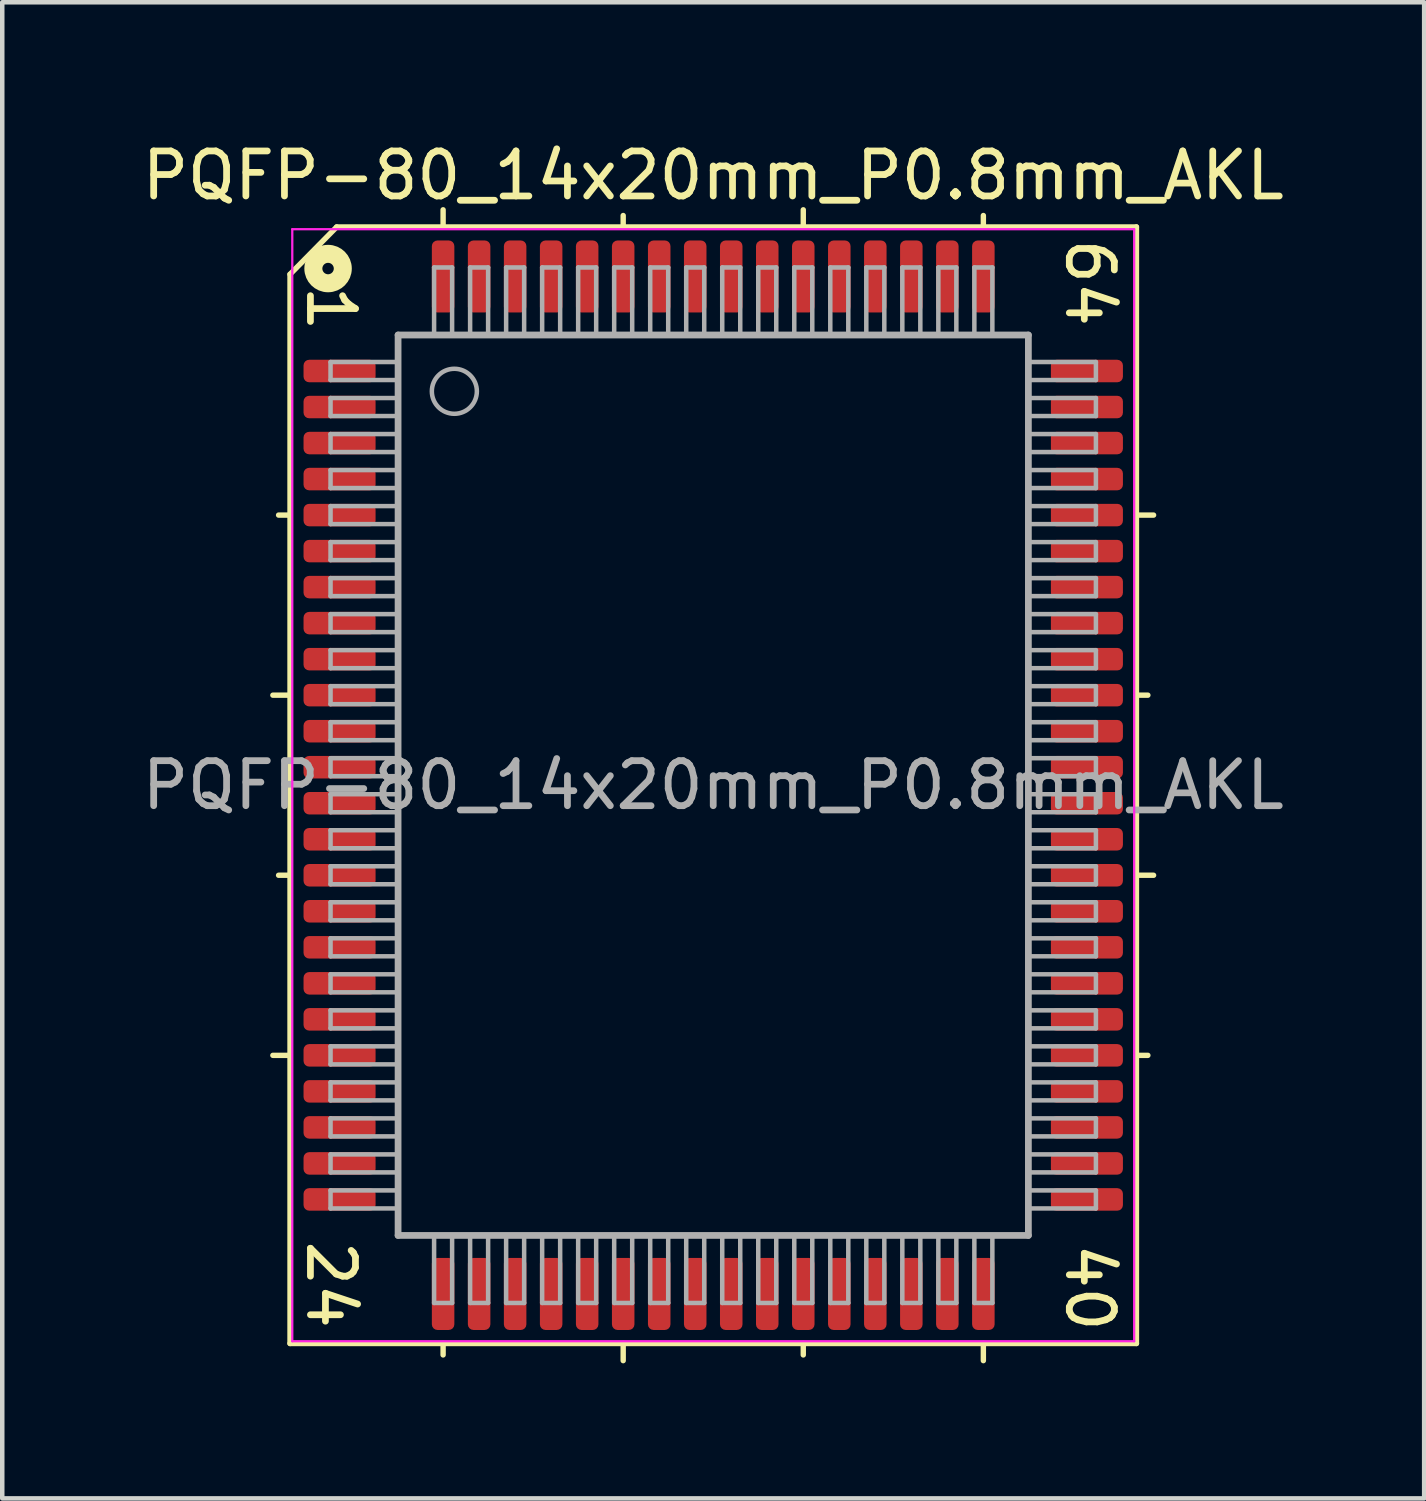
<source format=kicad_pcb>
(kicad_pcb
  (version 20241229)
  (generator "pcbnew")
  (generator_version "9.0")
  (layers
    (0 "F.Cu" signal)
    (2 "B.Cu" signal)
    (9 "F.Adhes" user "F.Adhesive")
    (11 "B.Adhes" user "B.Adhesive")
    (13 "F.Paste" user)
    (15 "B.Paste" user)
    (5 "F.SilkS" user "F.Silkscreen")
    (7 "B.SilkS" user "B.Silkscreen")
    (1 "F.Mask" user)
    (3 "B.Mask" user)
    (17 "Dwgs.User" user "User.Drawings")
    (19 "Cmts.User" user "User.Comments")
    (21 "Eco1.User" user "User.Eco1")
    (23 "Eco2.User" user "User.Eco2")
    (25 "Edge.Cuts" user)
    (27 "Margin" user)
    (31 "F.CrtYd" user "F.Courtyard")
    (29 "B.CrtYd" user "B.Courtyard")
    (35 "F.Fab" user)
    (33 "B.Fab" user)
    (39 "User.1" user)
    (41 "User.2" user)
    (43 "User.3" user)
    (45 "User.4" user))
  (footprint "PQFP-80_14x20mm_P0.8mm_AKL"
    (layer "F.Cu")
    (at 12.792 14.391)
    (property "Reference" "PQFP-80_14x20mm_P0.8mm_AKL" (at 0 -13.543 0) (layer "F.SilkS") (effects (font (size 1 1) (thickness 0.15))))
    (attr smd)
    (fp_line (start -9.4 -11.349) (end -9.4 12.4) (stroke (width 0.12) (type solid)) (layer "F.SilkS"))
    (fp_line (start -9.4 -6) (end -9.654 -6) (stroke (width 0.12) (type solid)) (layer "F.SilkS"))
    (fp_line (start -9.4 -2) (end -9.781 -2) (stroke (width 0.12) (type solid)) (layer "F.SilkS"))
    (fp_line (start -9.4 2) (end -9.654 2) (stroke (width 0.12) (type solid)) (layer "F.SilkS"))
    (fp_line (start -9.4 6) (end -9.781 6) (stroke (width 0.12) (type solid)) (layer "F.SilkS"))
    (fp_line (start -9.4 12.4) (end 9.4 12.4) (stroke (width 0.12) (type solid)) (layer "F.SilkS"))
    (fp_line (start -8.364 -12.4) (end -9.4 -11.349) (stroke (width 0.12) (type solid)) (layer "F.SilkS"))
    (fp_line (start -6 -12.4) (end -6 -12.781) (stroke (width 0.12) (type solid)) (layer "F.SilkS"))
    (fp_line (start -6 12.4) (end -6 12.654) (stroke (width 0.12) (type solid)) (layer "F.SilkS"))
    (fp_line (start -2 -12.4) (end -2 -12.654) (stroke (width 0.12) (type solid)) (layer "F.SilkS"))
    (fp_line (start -2 12.4) (end -2 12.781) (stroke (width 0.12) (type solid)) (layer "F.SilkS"))
    (fp_line (start 2 -12.4) (end 2 -12.781) (stroke (width 0.12) (type solid)) (layer "F.SilkS"))
    (fp_line (start 2 12.4) (end 2 12.654) (stroke (width 0.12) (type solid)) (layer "F.SilkS"))
    (fp_line (start 6 -12.4) (end 6 -12.654) (stroke (width 0.12) (type solid)) (layer "F.SilkS"))
    (fp_line (start 6 12.4) (end 6 12.781) (stroke (width 0.12) (type solid)) (layer "F.SilkS"))
    (fp_line (start 9.4 -12.4) (end -8.364 -12.4) (stroke (width 0.12) (type solid)) (layer "F.SilkS"))
    (fp_line (start 9.4 -6) (end 9.781 -6) (stroke (width 0.12) (type solid)) (layer "F.SilkS"))
    (fp_line (start 9.4 -2) (end 9.654 -2) (stroke (width 0.12) (type solid)) (layer "F.SilkS"))
    (fp_line (start 9.4 2) (end 9.781 2) (stroke (width 0.12) (type solid)) (layer "F.SilkS"))
    (fp_line (start 9.4 6) (end 9.654 6) (stroke (width 0.12) (type solid)) (layer "F.SilkS"))
    (fp_line (start 9.4 12.4) (end 9.4 -12.4) (stroke (width 0.12) (type solid)) (layer "F.SilkS"))
    (fp_circle (center -8.555 -11.476) (end -8.428 -11.476) (stroke (width 0.4) (type solid)) (fill no) (layer "F.SilkS"))
    (fp_line (start -9.35 -12.35) (end -9.35 12.35) (stroke (width 0.05) (type solid)) (layer "F.CrtYd"))
    (fp_line (start -9.35 -12.35) (end 9.35 -12.35) (stroke (width 0.05) (type solid)) (layer "F.CrtYd"))
    (fp_line (start -9.35 12.35) (end 9.35 12.35) (stroke (width 0.05) (type solid)) (layer "F.CrtYd"))
    (fp_line (start 9.35 -12.35) (end 9.35 12.35) (stroke (width 0.05) (type solid)) (layer "F.CrtYd"))
    (fp_line (start -8.5 -9.4) (end -8.5 -9) (stroke (width 0.1) (type solid)) (layer "F.Fab"))
    (fp_line (start -8.5 -9.4) (end -7 -9.4) (stroke (width 0.1) (type solid)) (layer "F.Fab"))
    (fp_line (start -8.5 -9) (end -7 -9) (stroke (width 0.1) (type solid)) (layer "F.Fab"))
    (fp_line (start -8.5 -8.6) (end -8.5 -8.2) (stroke (width 0.1) (type solid)) (layer "F.Fab"))
    (fp_line (start -8.5 -8.6) (end -7 -8.6) (stroke (width 0.1) (type solid)) (layer "F.Fab"))
    (fp_line (start -8.5 -8.2) (end -7 -8.2) (stroke (width 0.1) (type solid)) (layer "F.Fab"))
    (fp_line (start -8.5 -7.8) (end -8.5 -7.4) (stroke (width 0.1) (type solid)) (layer "F.Fab"))
    (fp_line (start -8.5 -7.8) (end -7 -7.8) (stroke (width 0.1) (type solid)) (layer "F.Fab"))
    (fp_line (start -8.5 -7.4) (end -7 -7.4) (stroke (width 0.1) (type solid)) (layer "F.Fab"))
    (fp_line (start -8.5 -7) (end -8.5 -6.6) (stroke (width 0.1) (type solid)) (layer "F.Fab"))
    (fp_line (start -8.5 -7) (end -7 -7) (stroke (width 0.1) (type solid)) (layer "F.Fab"))
    (fp_line (start -8.5 -6.6) (end -7 -6.6) (stroke (width 0.1) (type solid)) (layer "F.Fab"))
    (fp_line (start -8.5 -6.2) (end -8.5 -5.8) (stroke (width 0.1) (type solid)) (layer "F.Fab"))
    (fp_line (start -8.5 -6.2) (end -7 -6.2) (stroke (width 0.1) (type solid)) (layer "F.Fab"))
    (fp_line (start -8.5 -5.8) (end -7 -5.8) (stroke (width 0.1) (type solid)) (layer "F.Fab"))
    (fp_line (start -8.5 -5.4) (end -8.5 -5) (stroke (width 0.1) (type solid)) (layer "F.Fab"))
    (fp_line (start -8.5 -5.4) (end -7 -5.4) (stroke (width 0.1) (type solid)) (layer "F.Fab"))
    (fp_line (start -8.5 -5) (end -7 -5) (stroke (width 0.1) (type solid)) (layer "F.Fab"))
    (fp_line (start -8.5 -4.6) (end -8.5 -4.2) (stroke (width 0.1) (type solid)) (layer "F.Fab"))
    (fp_line (start -8.5 -4.6) (end -7 -4.6) (stroke (width 0.1) (type solid)) (layer "F.Fab"))
    (fp_line (start -8.5 -4.2) (end -7 -4.2) (stroke (width 0.1) (type solid)) (layer "F.Fab"))
    (fp_line (start -8.5 -3.8) (end -8.5 -3.4) (stroke (width 0.1) (type solid)) (layer "F.Fab"))
    (fp_line (start -8.5 -3.8) (end -7 -3.8) (stroke (width 0.1) (type solid)) (layer "F.Fab"))
    (fp_line (start -8.5 -3.4) (end -7 -3.4) (stroke (width 0.1) (type solid)) (layer "F.Fab"))
    (fp_line (start -8.5 -3) (end -8.5 -2.6) (stroke (width 0.1) (type solid)) (layer "F.Fab"))
    (fp_line (start -8.5 -3) (end -7 -3) (stroke (width 0.1) (type solid)) (layer "F.Fab"))
    (fp_line (start -8.5 -2.6) (end -7 -2.6) (stroke (width 0.1) (type solid)) (layer "F.Fab"))
    (fp_line (start -8.5 -2.2) (end -8.5 -1.8) (stroke (width 0.1) (type solid)) (layer "F.Fab"))
    (fp_line (start -8.5 -2.2) (end -7 -2.2) (stroke (width 0.1) (type solid)) (layer "F.Fab"))
    (fp_line (start -8.5 -1.8) (end -7 -1.8) (stroke (width 0.1) (type solid)) (layer "F.Fab"))
    (fp_line (start -8.5 -1.4) (end -8.5 -1) (stroke (width 0.1) (type solid)) (layer "F.Fab"))
    (fp_line (start -8.5 -1.4) (end -7 -1.4) (stroke (width 0.1) (type solid)) (layer "F.Fab"))
    (fp_line (start -8.5 -1) (end -7 -1) (stroke (width 0.1) (type solid)) (layer "F.Fab"))
    (fp_line (start -8.5 -0.6) (end -8.5 -0.2) (stroke (width 0.1) (type solid)) (layer "F.Fab"))
    (fp_line (start -8.5 -0.6) (end -7 -0.6) (stroke (width 0.1) (type solid)) (layer "F.Fab"))
    (fp_line (start -8.5 -0.2) (end -7 -0.2) (stroke (width 0.1) (type solid)) (layer "F.Fab"))
    (fp_line (start -8.5 0.2) (end -8.5 0.6) (stroke (width 0.1) (type solid)) (layer "F.Fab"))
    (fp_line (start -8.5 0.2) (end -7 0.2) (stroke (width 0.1) (type solid)) (layer "F.Fab"))
    (fp_line (start -8.5 0.6) (end -7 0.6) (stroke (width 0.1) (type solid)) (layer "F.Fab"))
    (fp_line (start -8.5 1) (end -8.5 1.4) (stroke (width 0.1) (type solid)) (layer "F.Fab"))
    (fp_line (start -8.5 1) (end -7 1) (stroke (width 0.1) (type solid)) (layer "F.Fab"))
    (fp_line (start -8.5 1.4) (end -7 1.4) (stroke (width 0.1) (type solid)) (layer "F.Fab"))
    (fp_line (start -8.5 1.8) (end -8.5 2.2) (stroke (width 0.1) (type solid)) (layer "F.Fab"))
    (fp_line (start -8.5 1.8) (end -7 1.8) (stroke (width 0.1) (type solid)) (layer "F.Fab"))
    (fp_line (start -8.5 2.2) (end -7 2.2) (stroke (width 0.1) (type solid)) (layer "F.Fab"))
    (fp_line (start -8.5 2.6) (end -8.5 3) (stroke (width 0.1) (type solid)) (layer "F.Fab"))
    (fp_line (start -8.5 2.6) (end -7 2.6) (stroke (width 0.1) (type solid)) (layer "F.Fab"))
    (fp_line (start -8.5 3) (end -7 3) (stroke (width 0.1) (type solid)) (layer "F.Fab"))
    (fp_line (start -8.5 3.4) (end -8.5 3.8) (stroke (width 0.1) (type solid)) (layer "F.Fab"))
    (fp_line (start -8.5 3.4) (end -7 3.4) (stroke (width 0.1) (type solid)) (layer "F.Fab"))
    (fp_line (start -8.5 3.8) (end -7 3.8) (stroke (width 0.1) (type solid)) (layer "F.Fab"))
    (fp_line (start -8.5 4.2) (end -8.5 4.6) (stroke (width 0.1) (type solid)) (layer "F.Fab"))
    (fp_line (start -8.5 4.2) (end -7 4.2) (stroke (width 0.1) (type solid)) (layer "F.Fab"))
    (fp_line (start -8.5 4.6) (end -7 4.6) (stroke (width 0.1) (type solid)) (layer "F.Fab"))
    (fp_line (start -8.5 5) (end -8.5 5.4) (stroke (width 0.1) (type solid)) (layer "F.Fab"))
    (fp_line (start -8.5 5) (end -7 5) (stroke (width 0.1) (type solid)) (layer "F.Fab"))
    (fp_line (start -8.5 5.4) (end -7 5.4) (stroke (width 0.1) (type solid)) (layer "F.Fab"))
    (fp_line (start -8.5 5.8) (end -8.5 6.2) (stroke (width 0.1) (type solid)) (layer "F.Fab"))
    (fp_line (start -8.5 5.8) (end -7 5.8) (stroke (width 0.1) (type solid)) (layer "F.Fab"))
    (fp_line (start -8.5 6.2) (end -7 6.2) (stroke (width 0.1) (type solid)) (layer "F.Fab"))
    (fp_line (start -8.5 6.6) (end -8.5 7) (stroke (width 0.1) (type solid)) (layer "F.Fab"))
    (fp_line (start -8.5 6.6) (end -7 6.6) (stroke (width 0.1) (type solid)) (layer "F.Fab"))
    (fp_line (start -8.5 7) (end -7 7) (stroke (width 0.1) (type solid)) (layer "F.Fab"))
    (fp_line (start -8.5 7.4) (end -8.5 7.8) (stroke (width 0.1) (type solid)) (layer "F.Fab"))
    (fp_line (start -8.5 7.4) (end -7 7.4) (stroke (width 0.1) (type solid)) (layer "F.Fab"))
    (fp_line (start -8.5 7.8) (end -7 7.8) (stroke (width 0.1) (type solid)) (layer "F.Fab"))
    (fp_line (start -8.5 8.2) (end -8.5 8.6) (stroke (width 0.1) (type solid)) (layer "F.Fab"))
    (fp_line (start -8.5 8.2) (end -7 8.2) (stroke (width 0.1) (type solid)) (layer "F.Fab"))
    (fp_line (start -8.5 8.6) (end -7 8.6) (stroke (width 0.1) (type solid)) (layer "F.Fab"))
    (fp_line (start -8.5 9) (end -8.5 9.4) (stroke (width 0.1) (type solid)) (layer "F.Fab"))
    (fp_line (start -8.5 9) (end -7 9) (stroke (width 0.1) (type solid)) (layer "F.Fab"))
    (fp_line (start -8.5 9.4) (end -7 9.4) (stroke (width 0.1) (type solid)) (layer "F.Fab"))
    (fp_line (start -7 -10) (end 7 -10) (stroke (width 0.15) (type solid)) (layer "F.Fab"))
    (fp_line (start -7 10) (end -7 -10) (stroke (width 0.15) (type solid)) (layer "F.Fab"))
    (fp_line (start -6.2 -11.5) (end -6.2 -10) (stroke (width 0.1) (type solid)) (layer "F.Fab"))
    (fp_line (start -6.2 11.5) (end -6.2 10) (stroke (width 0.1) (type solid)) (layer "F.Fab"))
    (fp_line (start -6.2 11.5) (end -5.8 11.5) (stroke (width 0.1) (type solid)) (layer "F.Fab"))
    (fp_line (start -5.8 -11.5) (end -6.2 -11.5) (stroke (width 0.1) (type solid)) (layer "F.Fab"))
    (fp_line (start -5.8 -11.5) (end -5.8 -10) (stroke (width 0.1) (type solid)) (layer "F.Fab"))
    (fp_line (start -5.8 11.5) (end -5.8 10) (stroke (width 0.1) (type solid)) (layer "F.Fab"))
    (fp_line (start -5.4 -11.5) (end -5.4 -10) (stroke (width 0.1) (type solid)) (layer "F.Fab"))
    (fp_line (start -5.4 11.5) (end -5.4 10) (stroke (width 0.1) (type solid)) (layer "F.Fab"))
    (fp_line (start -5.4 11.5) (end -5 11.5) (stroke (width 0.1) (type solid)) (layer "F.Fab"))
    (fp_line (start -5 -11.5) (end -5.4 -11.5) (stroke (width 0.1) (type solid)) (layer "F.Fab"))
    (fp_line (start -5 -11.5) (end -5 -10) (stroke (width 0.1) (type solid)) (layer "F.Fab"))
    (fp_line (start -5 11.5) (end -5 10) (stroke (width 0.1) (type solid)) (layer "F.Fab"))
    (fp_line (start -4.6 -11.5) (end -4.6 -10) (stroke (width 0.1) (type solid)) (layer "F.Fab"))
    (fp_line (start -4.6 11.5) (end -4.6 10) (stroke (width 0.1) (type solid)) (layer "F.Fab"))
    (fp_line (start -4.6 11.5) (end -4.2 11.5) (stroke (width 0.1) (type solid)) (layer "F.Fab"))
    (fp_line (start -4.2 -11.5) (end -4.6 -11.5) (stroke (width 0.1) (type solid)) (layer "F.Fab"))
    (fp_line (start -4.2 -11.5) (end -4.2 -10) (stroke (width 0.1) (type solid)) (layer "F.Fab"))
    (fp_line (start -4.2 11.5) (end -4.2 10) (stroke (width 0.1) (type solid)) (layer "F.Fab"))
    (fp_line (start -3.8 -11.5) (end -3.8 -10) (stroke (width 0.1) (type solid)) (layer "F.Fab"))
    (fp_line (start -3.8 11.5) (end -3.8 10) (stroke (width 0.1) (type solid)) (layer "F.Fab"))
    (fp_line (start -3.8 11.5) (end -3.4 11.5) (stroke (width 0.1) (type solid)) (layer "F.Fab"))
    (fp_line (start -3.4 -11.5) (end -3.8 -11.5) (stroke (width 0.1) (type solid)) (layer "F.Fab"))
    (fp_line (start -3.4 -11.5) (end -3.4 -10) (stroke (width 0.1) (type solid)) (layer "F.Fab"))
    (fp_line (start -3.4 11.5) (end -3.4 10) (stroke (width 0.1) (type solid)) (layer "F.Fab"))
    (fp_line (start -3 -11.5) (end -3 -10) (stroke (width 0.1) (type solid)) (layer "F.Fab"))
    (fp_line (start -3 11.5) (end -3 10) (stroke (width 0.1) (type solid)) (layer "F.Fab"))
    (fp_line (start -3 11.5) (end -2.6 11.5) (stroke (width 0.1) (type solid)) (layer "F.Fab"))
    (fp_line (start -2.6 -11.5) (end -3 -11.5) (stroke (width 0.1) (type solid)) (layer "F.Fab"))
    (fp_line (start -2.6 -11.5) (end -2.6 -10) (stroke (width 0.1) (type solid)) (layer "F.Fab"))
    (fp_line (start -2.6 11.5) (end -2.6 10) (stroke (width 0.1) (type solid)) (layer "F.Fab"))
    (fp_line (start -2.2 -11.5) (end -2.2 -10) (stroke (width 0.1) (type solid)) (layer "F.Fab"))
    (fp_line (start -2.2 11.5) (end -2.2 10) (stroke (width 0.1) (type solid)) (layer "F.Fab"))
    (fp_line (start -2.2 11.5) (end -1.8 11.5) (stroke (width 0.1) (type solid)) (layer "F.Fab"))
    (fp_line (start -1.8 -11.5) (end -2.2 -11.5) (stroke (width 0.1) (type solid)) (layer "F.Fab"))
    (fp_line (start -1.8 -11.5) (end -1.8 -10) (stroke (width 0.1) (type solid)) (layer "F.Fab"))
    (fp_line (start -1.8 11.5) (end -1.8 10) (stroke (width 0.1) (type solid)) (layer "F.Fab"))
    (fp_line (start -1.4 -11.5) (end -1.4 -10) (stroke (width 0.1) (type solid)) (layer "F.Fab"))
    (fp_line (start -1.4 11.5) (end -1.4 10) (stroke (width 0.1) (type solid)) (layer "F.Fab"))
    (fp_line (start -1.4 11.5) (end -1 11.5) (stroke (width 0.1) (type solid)) (layer "F.Fab"))
    (fp_line (start -1 -11.5) (end -1.4 -11.5) (stroke (width 0.1) (type solid)) (layer "F.Fab"))
    (fp_line (start -1 -11.5) (end -1 -10) (stroke (width 0.1) (type solid)) (layer "F.Fab"))
    (fp_line (start -1 11.5) (end -1 10) (stroke (width 0.1) (type solid)) (layer "F.Fab"))
    (fp_line (start -0.6 -11.5) (end -0.6 -10) (stroke (width 0.1) (type solid)) (layer "F.Fab"))
    (fp_line (start -0.6 11.5) (end -0.6 10) (stroke (width 0.1) (type solid)) (layer "F.Fab"))
    (fp_line (start -0.6 11.5) (end -0.2 11.5) (stroke (width 0.1) (type solid)) (layer "F.Fab"))
    (fp_line (start -0.2 -11.5) (end -0.6 -11.5) (stroke (width 0.1) (type solid)) (layer "F.Fab"))
    (fp_line (start -0.2 -11.5) (end -0.2 -10) (stroke (width 0.1) (type solid)) (layer "F.Fab"))
    (fp_line (start -0.2 11.5) (end -0.2 10) (stroke (width 0.1) (type solid)) (layer "F.Fab"))
    (fp_line (start 0.2 -11.5) (end 0.2 -10) (stroke (width 0.1) (type solid)) (layer "F.Fab"))
    (fp_line (start 0.2 11.5) (end 0.2 10) (stroke (width 0.1) (type solid)) (layer "F.Fab"))
    (fp_line (start 0.2 11.5) (end 0.6 11.5) (stroke (width 0.1) (type solid)) (layer "F.Fab"))
    (fp_line (start 0.6 -11.5) (end 0.2 -11.5) (stroke (width 0.1) (type solid)) (layer "F.Fab"))
    (fp_line (start 0.6 -11.5) (end 0.6 -10) (stroke (width 0.1) (type solid)) (layer "F.Fab"))
    (fp_line (start 0.6 11.5) (end 0.6 10) (stroke (width 0.1) (type solid)) (layer "F.Fab"))
    (fp_line (start 1 -11.5) (end 1 -10) (stroke (width 0.1) (type solid)) (layer "F.Fab"))
    (fp_line (start 1 11.5) (end 1 10) (stroke (width 0.1) (type solid)) (layer "F.Fab"))
    (fp_line (start 1 11.5) (end 1.4 11.5) (stroke (width 0.1) (type solid)) (layer "F.Fab"))
    (fp_line (start 1.4 -11.5) (end 1 -11.5) (stroke (width 0.1) (type solid)) (layer "F.Fab"))
    (fp_line (start 1.4 -11.5) (end 1.4 -10) (stroke (width 0.1) (type solid)) (layer "F.Fab"))
    (fp_line (start 1.4 11.5) (end 1.4 10) (stroke (width 0.1) (type solid)) (layer "F.Fab"))
    (fp_line (start 1.8 -11.5) (end 1.8 -10) (stroke (width 0.1) (type solid)) (layer "F.Fab"))
    (fp_line (start 1.8 11.5) (end 1.8 10) (stroke (width 0.1) (type solid)) (layer "F.Fab"))
    (fp_line (start 1.8 11.5) (end 2.2 11.5) (stroke (width 0.1) (type solid)) (layer "F.Fab"))
    (fp_line (start 2.2 -11.5) (end 1.8 -11.5) (stroke (width 0.1) (type solid)) (layer "F.Fab"))
    (fp_line (start 2.2 -11.5) (end 2.2 -10) (stroke (width 0.1) (type solid)) (layer "F.Fab"))
    (fp_line (start 2.2 11.5) (end 2.2 10) (stroke (width 0.1) (type solid)) (layer "F.Fab"))
    (fp_line (start 2.6 -11.5) (end 2.6 -10) (stroke (width 0.1) (type solid)) (layer "F.Fab"))
    (fp_line (start 2.6 11.5) (end 2.6 10) (stroke (width 0.1) (type solid)) (layer "F.Fab"))
    (fp_line (start 2.6 11.5) (end 3 11.5) (stroke (width 0.1) (type solid)) (layer "F.Fab"))
    (fp_line (start 3 -11.5) (end 2.6 -11.5) (stroke (width 0.1) (type solid)) (layer "F.Fab"))
    (fp_line (start 3 -11.5) (end 3 -10) (stroke (width 0.1) (type solid)) (layer "F.Fab"))
    (fp_line (start 3 11.5) (end 3 10) (stroke (width 0.1) (type solid)) (layer "F.Fab"))
    (fp_line (start 3.4 -11.5) (end 3.4 -10) (stroke (width 0.1) (type solid)) (layer "F.Fab"))
    (fp_line (start 3.4 11.5) (end 3.4 10) (stroke (width 0.1) (type solid)) (layer "F.Fab"))
    (fp_line (start 3.4 11.5) (end 3.8 11.5) (stroke (width 0.1) (type solid)) (layer "F.Fab"))
    (fp_line (start 3.8 -11.5) (end 3.4 -11.5) (stroke (width 0.1) (type solid)) (layer "F.Fab"))
    (fp_line (start 3.8 -11.5) (end 3.8 -10) (stroke (width 0.1) (type solid)) (layer "F.Fab"))
    (fp_line (start 3.8 11.5) (end 3.8 10) (stroke (width 0.1) (type solid)) (layer "F.Fab"))
    (fp_line (start 4.2 -11.5) (end 4.2 -10) (stroke (width 0.1) (type solid)) (layer "F.Fab"))
    (fp_line (start 4.2 11.5) (end 4.2 10) (stroke (width 0.1) (type solid)) (layer "F.Fab"))
    (fp_line (start 4.2 11.5) (end 4.6 11.5) (stroke (width 0.1) (type solid)) (layer "F.Fab"))
    (fp_line (start 4.6 -11.5) (end 4.2 -11.5) (stroke (width 0.1) (type solid)) (layer "F.Fab"))
    (fp_line (start 4.6 -11.5) (end 4.6 -10) (stroke (width 0.1) (type solid)) (layer "F.Fab"))
    (fp_line (start 4.6 11.5) (end 4.6 10) (stroke (width 0.1) (type solid)) (layer "F.Fab"))
    (fp_line (start 5 -11.5) (end 5 -10) (stroke (width 0.1) (type solid)) (layer "F.Fab"))
    (fp_line (start 5 11.5) (end 5 10) (stroke (width 0.1) (type solid)) (layer "F.Fab"))
    (fp_line (start 5 11.5) (end 5.4 11.5) (stroke (width 0.1) (type solid)) (layer "F.Fab"))
    (fp_line (start 5.4 -11.5) (end 5 -11.5) (stroke (width 0.1) (type solid)) (layer "F.Fab"))
    (fp_line (start 5.4 -11.5) (end 5.4 -10) (stroke (width 0.1) (type solid)) (layer "F.Fab"))
    (fp_line (start 5.4 11.5) (end 5.4 10) (stroke (width 0.1) (type solid)) (layer "F.Fab"))
    (fp_line (start 5.8 -11.5) (end 5.8 -10) (stroke (width 0.1) (type solid)) (layer "F.Fab"))
    (fp_line (start 5.8 11.5) (end 5.8 10) (stroke (width 0.1) (type solid)) (layer "F.Fab"))
    (fp_line (start 5.8 11.5) (end 6.2 11.5) (stroke (width 0.1) (type solid)) (layer "F.Fab"))
    (fp_line (start 6.2 -11.5) (end 5.8 -11.5) (stroke (width 0.1) (type solid)) (layer "F.Fab"))
    (fp_line (start 6.2 -11.5) (end 6.2 -10) (stroke (width 0.1) (type solid)) (layer "F.Fab"))
    (fp_line (start 6.2 11.5) (end 6.2 10) (stroke (width 0.1) (type solid)) (layer "F.Fab"))
    (fp_line (start 7 -10) (end 7 10) (stroke (width 0.15) (type solid)) (layer "F.Fab"))
    (fp_line (start 7 10) (end -7 10) (stroke (width 0.15) (type solid)) (layer "F.Fab"))
    (fp_line (start 8.5 -9.4) (end 7 -9.4) (stroke (width 0.1) (type solid)) (layer "F.Fab"))
    (fp_line (start 8.5 -9) (end 7 -9) (stroke (width 0.1) (type solid)) (layer "F.Fab"))
    (fp_line (start 8.5 -9) (end 8.5 -9.4) (stroke (width 0.1) (type solid)) (layer "F.Fab"))
    (fp_line (start 8.5 -8.6) (end 7 -8.6) (stroke (width 0.1) (type solid)) (layer "F.Fab"))
    (fp_line (start 8.5 -8.2) (end 7 -8.2) (stroke (width 0.1) (type solid)) (layer "F.Fab"))
    (fp_line (start 8.5 -8.2) (end 8.5 -8.6) (stroke (width 0.1) (type solid)) (layer "F.Fab"))
    (fp_line (start 8.5 -7.8) (end 7 -7.8) (stroke (width 0.1) (type solid)) (layer "F.Fab"))
    (fp_line (start 8.5 -7.4) (end 7 -7.4) (stroke (width 0.1) (type solid)) (layer "F.Fab"))
    (fp_line (start 8.5 -7.4) (end 8.5 -7.8) (stroke (width 0.1) (type solid)) (layer "F.Fab"))
    (fp_line (start 8.5 -7) (end 7 -7) (stroke (width 0.1) (type solid)) (layer "F.Fab"))
    (fp_line (start 8.5 -6.6) (end 7 -6.6) (stroke (width 0.1) (type solid)) (layer "F.Fab"))
    (fp_line (start 8.5 -6.6) (end 8.5 -7) (stroke (width 0.1) (type solid)) (layer "F.Fab"))
    (fp_line (start 8.5 -6.2) (end 7 -6.2) (stroke (width 0.1) (type solid)) (layer "F.Fab"))
    (fp_line (start 8.5 -5.8) (end 7 -5.8) (stroke (width 0.1) (type solid)) (layer "F.Fab"))
    (fp_line (start 8.5 -5.8) (end 8.5 -6.2) (stroke (width 0.1) (type solid)) (layer "F.Fab"))
    (fp_line (start 8.5 -5.4) (end 7 -5.4) (stroke (width 0.1) (type solid)) (layer "F.Fab"))
    (fp_line (start 8.5 -5) (end 7 -5) (stroke (width 0.1) (type solid)) (layer "F.Fab"))
    (fp_line (start 8.5 -5) (end 8.5 -5.4) (stroke (width 0.1) (type solid)) (layer "F.Fab"))
    (fp_line (start 8.5 -4.6) (end 7 -4.6) (stroke (width 0.1) (type solid)) (layer "F.Fab"))
    (fp_line (start 8.5 -4.2) (end 7 -4.2) (stroke (width 0.1) (type solid)) (layer "F.Fab"))
    (fp_line (start 8.5 -4.2) (end 8.5 -4.6) (stroke (width 0.1) (type solid)) (layer "F.Fab"))
    (fp_line (start 8.5 -3.8) (end 7 -3.8) (stroke (width 0.1) (type solid)) (layer "F.Fab"))
    (fp_line (start 8.5 -3.4) (end 7 -3.4) (stroke (width 0.1) (type solid)) (layer "F.Fab"))
    (fp_line (start 8.5 -3.4) (end 8.5 -3.8) (stroke (width 0.1) (type solid)) (layer "F.Fab"))
    (fp_line (start 8.5 -3) (end 7 -3) (stroke (width 0.1) (type solid)) (layer "F.Fab"))
    (fp_line (start 8.5 -2.6) (end 7 -2.6) (stroke (width 0.1) (type solid)) (layer "F.Fab"))
    (fp_line (start 8.5 -2.6) (end 8.5 -3) (stroke (width 0.1) (type solid)) (layer "F.Fab"))
    (fp_line (start 8.5 -2.2) (end 7 -2.2) (stroke (width 0.1) (type solid)) (layer "F.Fab"))
    (fp_line (start 8.5 -1.8) (end 7 -1.8) (stroke (width 0.1) (type solid)) (layer "F.Fab"))
    (fp_line (start 8.5 -1.8) (end 8.5 -2.2) (stroke (width 0.1) (type solid)) (layer "F.Fab"))
    (fp_line (start 8.5 -1.4) (end 7 -1.4) (stroke (width 0.1) (type solid)) (layer "F.Fab"))
    (fp_line (start 8.5 -1) (end 7 -1) (stroke (width 0.1) (type solid)) (layer "F.Fab"))
    (fp_line (start 8.5 -1) (end 8.5 -1.4) (stroke (width 0.1) (type solid)) (layer "F.Fab"))
    (fp_line (start 8.5 -0.6) (end 7 -0.6) (stroke (width 0.1) (type solid)) (layer "F.Fab"))
    (fp_line (start 8.5 -0.2) (end 7 -0.2) (stroke (width 0.1) (type solid)) (layer "F.Fab"))
    (fp_line (start 8.5 -0.2) (end 8.5 -0.6) (stroke (width 0.1) (type solid)) (layer "F.Fab"))
    (fp_line (start 8.5 0.2) (end 7 0.2) (stroke (width 0.1) (type solid)) (layer "F.Fab"))
    (fp_line (start 8.5 0.6) (end 7 0.6) (stroke (width 0.1) (type solid)) (layer "F.Fab"))
    (fp_line (start 8.5 0.6) (end 8.5 0.2) (stroke (width 0.1) (type solid)) (layer "F.Fab"))
    (fp_line (start 8.5 1) (end 7 1) (stroke (width 0.1) (type solid)) (layer "F.Fab"))
    (fp_line (start 8.5 1.4) (end 7 1.4) (stroke (width 0.1) (type solid)) (layer "F.Fab"))
    (fp_line (start 8.5 1.4) (end 8.5 1) (stroke (width 0.1) (type solid)) (layer "F.Fab"))
    (fp_line (start 8.5 1.8) (end 7 1.8) (stroke (width 0.1) (type solid)) (layer "F.Fab"))
    (fp_line (start 8.5 2.2) (end 7 2.2) (stroke (width 0.1) (type solid)) (layer "F.Fab"))
    (fp_line (start 8.5 2.2) (end 8.5 1.8) (stroke (width 0.1) (type solid)) (layer "F.Fab"))
    (fp_line (start 8.5 2.6) (end 7 2.6) (stroke (width 0.1) (type solid)) (layer "F.Fab"))
    (fp_line (start 8.5 3) (end 7 3) (stroke (width 0.1) (type solid)) (layer "F.Fab"))
    (fp_line (start 8.5 3) (end 8.5 2.6) (stroke (width 0.1) (type solid)) (layer "F.Fab"))
    (fp_line (start 8.5 3.4) (end 7 3.4) (stroke (width 0.1) (type solid)) (layer "F.Fab"))
    (fp_line (start 8.5 3.8) (end 7 3.8) (stroke (width 0.1) (type solid)) (layer "F.Fab"))
    (fp_line (start 8.5 3.8) (end 8.5 3.4) (stroke (width 0.1) (type solid)) (layer "F.Fab"))
    (fp_line (start 8.5 4.2) (end 7 4.2) (stroke (width 0.1) (type solid)) (layer "F.Fab"))
    (fp_line (start 8.5 4.6) (end 7 4.6) (stroke (width 0.1) (type solid)) (layer "F.Fab"))
    (fp_line (start 8.5 4.6) (end 8.5 4.2) (stroke (width 0.1) (type solid)) (layer "F.Fab"))
    (fp_line (start 8.5 5) (end 7 5) (stroke (width 0.1) (type solid)) (layer "F.Fab"))
    (fp_line (start 8.5 5.4) (end 7 5.4) (stroke (width 0.1) (type solid)) (layer "F.Fab"))
    (fp_line (start 8.5 5.4) (end 8.5 5) (stroke (width 0.1) (type solid)) (layer "F.Fab"))
    (fp_line (start 8.5 5.8) (end 7 5.8) (stroke (width 0.1) (type solid)) (layer "F.Fab"))
    (fp_line (start 8.5 6.2) (end 7 6.2) (stroke (width 0.1) (type solid)) (layer "F.Fab"))
    (fp_line (start 8.5 6.2) (end 8.5 5.8) (stroke (width 0.1) (type solid)) (layer "F.Fab"))
    (fp_line (start 8.5 6.6) (end 7 6.6) (stroke (width 0.1) (type solid)) (layer "F.Fab"))
    (fp_line (start 8.5 7) (end 7 7) (stroke (width 0.1) (type solid)) (layer "F.Fab"))
    (fp_line (start 8.5 7) (end 8.5 6.6) (stroke (width 0.1) (type solid)) (layer "F.Fab"))
    (fp_line (start 8.5 7.4) (end 7 7.4) (stroke (width 0.1) (type solid)) (layer "F.Fab"))
    (fp_line (start 8.5 7.8) (end 7 7.8) (stroke (width 0.1) (type solid)) (layer "F.Fab"))
    (fp_line (start 8.5 7.8) (end 8.5 7.4) (stroke (width 0.1) (type solid)) (layer "F.Fab"))
    (fp_line (start 8.5 8.2) (end 7 8.2) (stroke (width 0.1) (type solid)) (layer "F.Fab"))
    (fp_line (start 8.5 8.6) (end 7 8.6) (stroke (width 0.1) (type solid)) (layer "F.Fab"))
    (fp_line (start 8.5 8.6) (end 8.5 8.2) (stroke (width 0.1) (type solid)) (layer "F.Fab"))
    (fp_line (start 8.5 9) (end 7 9) (stroke (width 0.1) (type solid)) (layer "F.Fab"))
    (fp_line (start 8.5 9.4) (end 7 9.4) (stroke (width 0.1) (type solid)) (layer "F.Fab"))
    (fp_line (start 8.5 9.4) (end 8.5 9) (stroke (width 0.1) (type solid)) (layer "F.Fab"))
    (fp_circle (center -5.75 -8.75) (end -5.25 -8.75) (stroke (width 0.1) (type solid)) (fill no) (layer "F.Fab"))
    (fp_text user "24" (at -8.492 11.095 270) (unlocked yes) (layer "F.SilkS") (effects (font (size 1 1) (thickness 0.15))))
    (fp_text user "64" (at 8.364 -11.159 270) (unlocked yes) (layer "F.SilkS") (effects (font (size 1 1) (thickness 0.15))))
    (fp_text user "40" (at 8.364 11.159 270) (unlocked yes) (layer "F.SilkS") (effects (font (size 1 1) (thickness 0.15))))
    (fp_text user "1" (at -8.492 -10.587 270) (unlocked yes) (layer "F.SilkS") (effects (font (size 1 1) (thickness 0.15))))
    (fp_text user "${REFERENCE}" (at 0 0 0) (layer "F.Fab") (effects (font (size 1 1) (thickness 0.15))))
    (pad "1" smd roundrect (at -8.3 -9.2) (size 1.6 0.5) (layers "F.Cu" "F.Mask" "F.Paste") (roundrect_rratio 0.25))
    (pad "2" smd roundrect (at -8.3 -8.4) (size 1.6 0.5) (layers "F.Cu" "F.Mask" "F.Paste") (roundrect_rratio 0.25))
    (pad "3" smd roundrect (at -8.3 -7.6) (size 1.6 0.5) (layers "F.Cu" "F.Mask" "F.Paste") (roundrect_rratio 0.25))
    (pad "4" smd roundrect (at -8.3 -6.8) (size 1.6 0.5) (layers "F.Cu" "F.Mask" "F.Paste") (roundrect_rratio 0.25))
    (pad "5" smd roundrect (at -8.3 -6) (size 1.6 0.5) (layers "F.Cu" "F.Mask" "F.Paste") (roundrect_rratio 0.25))
    (pad "6" smd roundrect (at -8.3 -5.2) (size 1.6 0.5) (layers "F.Cu" "F.Mask" "F.Paste") (roundrect_rratio 0.25))
    (pad "7" smd roundrect (at -8.3 -4.4) (size 1.6 0.5) (layers "F.Cu" "F.Mask" "F.Paste") (roundrect_rratio 0.25))
    (pad "8" smd roundrect (at -8.3 -3.6) (size 1.6 0.5) (layers "F.Cu" "F.Mask" "F.Paste") (roundrect_rratio 0.25))
    (pad "9" smd roundrect (at -8.3 -2.8) (size 1.6 0.5) (layers "F.Cu" "F.Mask" "F.Paste") (roundrect_rratio 0.25))
    (pad "10" smd roundrect (at -8.3 -2) (size 1.6 0.5) (layers "F.Cu" "F.Mask" "F.Paste") (roundrect_rratio 0.25))
    (pad "11" smd roundrect (at -8.3 -1.2) (size 1.6 0.5) (layers "F.Cu" "F.Mask" "F.Paste") (roundrect_rratio 0.25))
    (pad "12" smd roundrect (at -8.3 -0.4) (size 1.6 0.5) (layers "F.Cu" "F.Mask" "F.Paste") (roundrect_rratio 0.25))
    (pad "13" smd roundrect (at -8.3 0.4) (size 1.6 0.5) (layers "F.Cu" "F.Mask" "F.Paste") (roundrect_rratio 0.25))
    (pad "14" smd roundrect (at -8.3 1.2) (size 1.6 0.5) (layers "F.Cu" "F.Mask" "F.Paste") (roundrect_rratio 0.25))
    (pad "15" smd roundrect (at -8.3 2) (size 1.6 0.5) (layers "F.Cu" "F.Mask" "F.Paste") (roundrect_rratio 0.25))
    (pad "16" smd roundrect (at -8.3 2.8) (size 1.6 0.5) (layers "F.Cu" "F.Mask" "F.Paste") (roundrect_rratio 0.25))
    (pad "17" smd roundrect (at -8.3 3.6) (size 1.6 0.5) (layers "F.Cu" "F.Mask" "F.Paste") (roundrect_rratio 0.25))
    (pad "18" smd roundrect (at -8.3 4.4) (size 1.6 0.5) (layers "F.Cu" "F.Mask" "F.Paste") (roundrect_rratio 0.25))
    (pad "19" smd roundrect (at -8.3 5.2) (size 1.6 0.5) (layers "F.Cu" "F.Mask" "F.Paste") (roundrect_rratio 0.25))
    (pad "20" smd roundrect (at -8.3 6) (size 1.6 0.5) (layers "F.Cu" "F.Mask" "F.Paste") (roundrect_rratio 0.25))
    (pad "21" smd roundrect (at -8.3 6.8) (size 1.6 0.5) (layers "F.Cu" "F.Mask" "F.Paste") (roundrect_rratio 0.25))
    (pad "22" smd roundrect (at -8.3 7.6) (size 1.6 0.5) (layers "F.Cu" "F.Mask" "F.Paste") (roundrect_rratio 0.25))
    (pad "23" smd roundrect (at -8.3 8.4) (size 1.6 0.5) (layers "F.Cu" "F.Mask" "F.Paste") (roundrect_rratio 0.25))
    (pad "24" smd roundrect (at -8.3 9.2) (size 1.6 0.5) (layers "F.Cu" "F.Mask" "F.Paste") (roundrect_rratio 0.25))
    (pad "25" smd roundrect (at -6 11.3 90) (size 1.6 0.5) (layers "F.Cu" "F.Mask" "F.Paste") (roundrect_rratio 0.25))
    (pad "26" smd roundrect (at -5.2 11.3 90) (size 1.6 0.5) (layers "F.Cu" "F.Mask" "F.Paste") (roundrect_rratio 0.25))
    (pad "27" smd roundrect (at -4.4 11.3 90) (size 1.6 0.5) (layers "F.Cu" "F.Mask" "F.Paste") (roundrect_rratio 0.25))
    (pad "28" smd roundrect (at -3.6 11.3 90) (size 1.6 0.5) (layers "F.Cu" "F.Mask" "F.Paste") (roundrect_rratio 0.25))
    (pad "29" smd roundrect (at -2.8 11.3 90) (size 1.6 0.5) (layers "F.Cu" "F.Mask" "F.Paste") (roundrect_rratio 0.25))
    (pad "30" smd roundrect (at -2 11.3 90) (size 1.6 0.5) (layers "F.Cu" "F.Mask" "F.Paste") (roundrect_rratio 0.25))
    (pad "31" smd roundrect (at -1.2 11.3 90) (size 1.6 0.5) (layers "F.Cu" "F.Mask" "F.Paste") (roundrect_rratio 0.25))
    (pad "32" smd roundrect (at -0.4 11.3 90) (size 1.6 0.5) (layers "F.Cu" "F.Mask" "F.Paste") (roundrect_rratio 0.25))
    (pad "33" smd roundrect (at 0.4 11.3 90) (size 1.6 0.5) (layers "F.Cu" "F.Mask" "F.Paste") (roundrect_rratio 0.25))
    (pad "34" smd roundrect (at 1.2 11.3 90) (size 1.6 0.5) (layers "F.Cu" "F.Mask" "F.Paste") (roundrect_rratio 0.25))
    (pad "35" smd roundrect (at 2 11.3 90) (size 1.6 0.5) (layers "F.Cu" "F.Mask" "F.Paste") (roundrect_rratio 0.25))
    (pad "36" smd roundrect (at 2.8 11.3 90) (size 1.6 0.5) (layers "F.Cu" "F.Mask" "F.Paste") (roundrect_rratio 0.25))
    (pad "37" smd roundrect (at 3.6 11.3 90) (size 1.6 0.5) (layers "F.Cu" "F.Mask" "F.Paste") (roundrect_rratio 0.25))
    (pad "38" smd roundrect (at 4.4 11.3 90) (size 1.6 0.5) (layers "F.Cu" "F.Mask" "F.Paste") (roundrect_rratio 0.25))
    (pad "39" smd roundrect (at 5.2 11.3 90) (size 1.6 0.5) (layers "F.Cu" "F.Mask" "F.Paste") (roundrect_rratio 0.25))
    (pad "40" smd roundrect (at 6 11.3 90) (size 1.6 0.5) (layers "F.Cu" "F.Mask" "F.Paste") (roundrect_rratio 0.25))
    (pad "41" smd roundrect (at 8.3 9.2) (size 1.6 0.5) (layers "F.Cu" "F.Mask" "F.Paste") (roundrect_rratio 0.25))
    (pad "42" smd roundrect (at 8.3 8.4) (size 1.6 0.5) (layers "F.Cu" "F.Mask" "F.Paste") (roundrect_rratio 0.25))
    (pad "43" smd roundrect (at 8.3 7.6) (size 1.6 0.5) (layers "F.Cu" "F.Mask" "F.Paste") (roundrect_rratio 0.25))
    (pad "44" smd roundrect (at 8.3 6.8) (size 1.6 0.5) (layers "F.Cu" "F.Mask" "F.Paste") (roundrect_rratio 0.25))
    (pad "45" smd roundrect (at 8.3 6) (size 1.6 0.5) (layers "F.Cu" "F.Mask" "F.Paste") (roundrect_rratio 0.25))
    (pad "46" smd roundrect (at 8.3 5.2) (size 1.6 0.5) (layers "F.Cu" "F.Mask" "F.Paste") (roundrect_rratio 0.25))
    (pad "47" smd roundrect (at 8.3 4.4) (size 1.6 0.5) (layers "F.Cu" "F.Mask" "F.Paste") (roundrect_rratio 0.25))
    (pad "48" smd roundrect (at 8.3 3.6) (size 1.6 0.5) (layers "F.Cu" "F.Mask" "F.Paste") (roundrect_rratio 0.25))
    (pad "49" smd roundrect (at 8.3 2.8) (size 1.6 0.5) (layers "F.Cu" "F.Mask" "F.Paste") (roundrect_rratio 0.25))
    (pad "50" smd roundrect (at 8.3 2) (size 1.6 0.5) (layers "F.Cu" "F.Mask" "F.Paste") (roundrect_rratio 0.25))
    (pad "51" smd roundrect (at 8.3 1.2) (size 1.6 0.5) (layers "F.Cu" "F.Mask" "F.Paste") (roundrect_rratio 0.25))
    (pad "52" smd roundrect (at 8.3 0.4) (size 1.6 0.5) (layers "F.Cu" "F.Mask" "F.Paste") (roundrect_rratio 0.25))
    (pad "53" smd roundrect (at 8.3 -0.4) (size 1.6 0.5) (layers "F.Cu" "F.Mask" "F.Paste") (roundrect_rratio 0.25))
    (pad "54" smd roundrect (at 8.3 -1.2) (size 1.6 0.5) (layers "F.Cu" "F.Mask" "F.Paste") (roundrect_rratio 0.25))
    (pad "55" smd roundrect (at 8.3 -2) (size 1.6 0.5) (layers "F.Cu" "F.Mask" "F.Paste") (roundrect_rratio 0.25))
    (pad "56" smd roundrect (at 8.3 -2.8) (size 1.6 0.5) (layers "F.Cu" "F.Mask" "F.Paste") (roundrect_rratio 0.25))
    (pad "57" smd roundrect (at 8.3 -3.6) (size 1.6 0.5) (layers "F.Cu" "F.Mask" "F.Paste") (roundrect_rratio 0.25))
    (pad "58" smd roundrect (at 8.3 -4.4) (size 1.6 0.5) (layers "F.Cu" "F.Mask" "F.Paste") (roundrect_rratio 0.25))
    (pad "59" smd roundrect (at 8.3 -5.2) (size 1.6 0.5) (layers "F.Cu" "F.Mask" "F.Paste") (roundrect_rratio 0.25))
    (pad "60" smd roundrect (at 8.3 -6) (size 1.6 0.5) (layers "F.Cu" "F.Mask" "F.Paste") (roundrect_rratio 0.25))
    (pad "61" smd roundrect (at 8.3 -6.8) (size 1.6 0.5) (layers "F.Cu" "F.Mask" "F.Paste") (roundrect_rratio 0.25))
    (pad "62" smd roundrect (at 8.3 -7.6) (size 1.6 0.5) (layers "F.Cu" "F.Mask" "F.Paste") (roundrect_rratio 0.25))
    (pad "63" smd roundrect (at 8.3 -8.4) (size 1.6 0.5) (layers "F.Cu" "F.Mask" "F.Paste") (roundrect_rratio 0.25))
    (pad "64" smd roundrect (at 8.3 -9.2) (size 1.6 0.5) (layers "F.Cu" "F.Mask" "F.Paste") (roundrect_rratio 0.25))
    (pad "65" smd roundrect (at 6 -11.3 90) (size 1.6 0.5) (layers "F.Cu" "F.Mask" "F.Paste") (roundrect_rratio 0.25))
    (pad "66" smd roundrect (at 5.2 -11.3 90) (size 1.6 0.5) (layers "F.Cu" "F.Mask" "F.Paste") (roundrect_rratio 0.25))
    (pad "67" smd roundrect (at 4.4 -11.3 90) (size 1.6 0.5) (layers "F.Cu" "F.Mask" "F.Paste") (roundrect_rratio 0.25))
    (pad "68" smd roundrect (at 3.6 -11.3 90) (size 1.6 0.5) (layers "F.Cu" "F.Mask" "F.Paste") (roundrect_rratio 0.25))
    (pad "69" smd roundrect (at 2.8 -11.3 90) (size 1.6 0.5) (layers "F.Cu" "F.Mask" "F.Paste") (roundrect_rratio 0.25))
    (pad "70" smd roundrect (at 2 -11.3 90) (size 1.6 0.5) (layers "F.Cu" "F.Mask" "F.Paste") (roundrect_rratio 0.25))
    (pad "71" smd roundrect (at 1.2 -11.3 90) (size 1.6 0.5) (layers "F.Cu" "F.Mask" "F.Paste") (roundrect_rratio 0.25))
    (pad "72" smd roundrect (at 0.4 -11.3 90) (size 1.6 0.5) (layers "F.Cu" "F.Mask" "F.Paste") (roundrect_rratio 0.25))
    (pad "73" smd roundrect (at -0.4 -11.3 90) (size 1.6 0.5) (layers "F.Cu" "F.Mask" "F.Paste") (roundrect_rratio 0.25))
    (pad "74" smd roundrect (at -1.2 -11.3 90) (size 1.6 0.5) (layers "F.Cu" "F.Mask" "F.Paste") (roundrect_rratio 0.25))
    (pad "75" smd roundrect (at -2 -11.3 90) (size 1.6 0.5) (layers "F.Cu" "F.Mask" "F.Paste") (roundrect_rratio 0.25))
    (pad "76" smd roundrect (at -2.8 -11.3 90) (size 1.6 0.5) (layers "F.Cu" "F.Mask" "F.Paste") (roundrect_rratio 0.25))
    (pad "77" smd roundrect (at -3.6 -11.3 90) (size 1.6 0.5) (layers "F.Cu" "F.Mask" "F.Paste") (roundrect_rratio 0.25))
    (pad "78" smd roundrect (at -4.4 -11.3 90) (size 1.6 0.5) (layers "F.Cu" "F.Mask" "F.Paste") (roundrect_rratio 0.25))
    (pad "79" smd roundrect (at -5.2 -11.3 90) (size 1.6 0.5) (layers "F.Cu" "F.Mask" "F.Paste") (roundrect_rratio 0.25))
    (pad "80" smd roundrect (at -6 -11.3 90) (size 1.6 0.5) (layers "F.Cu" "F.Mask" "F.Paste") (roundrect_rratio 0.25)))
  (gr_rect
    (start -3 -3)
    (end 28.583 30.232)
    (stroke (width 0.1) (type default))
    (fill no)
    (layer "Edge.Cuts")))
</source>
